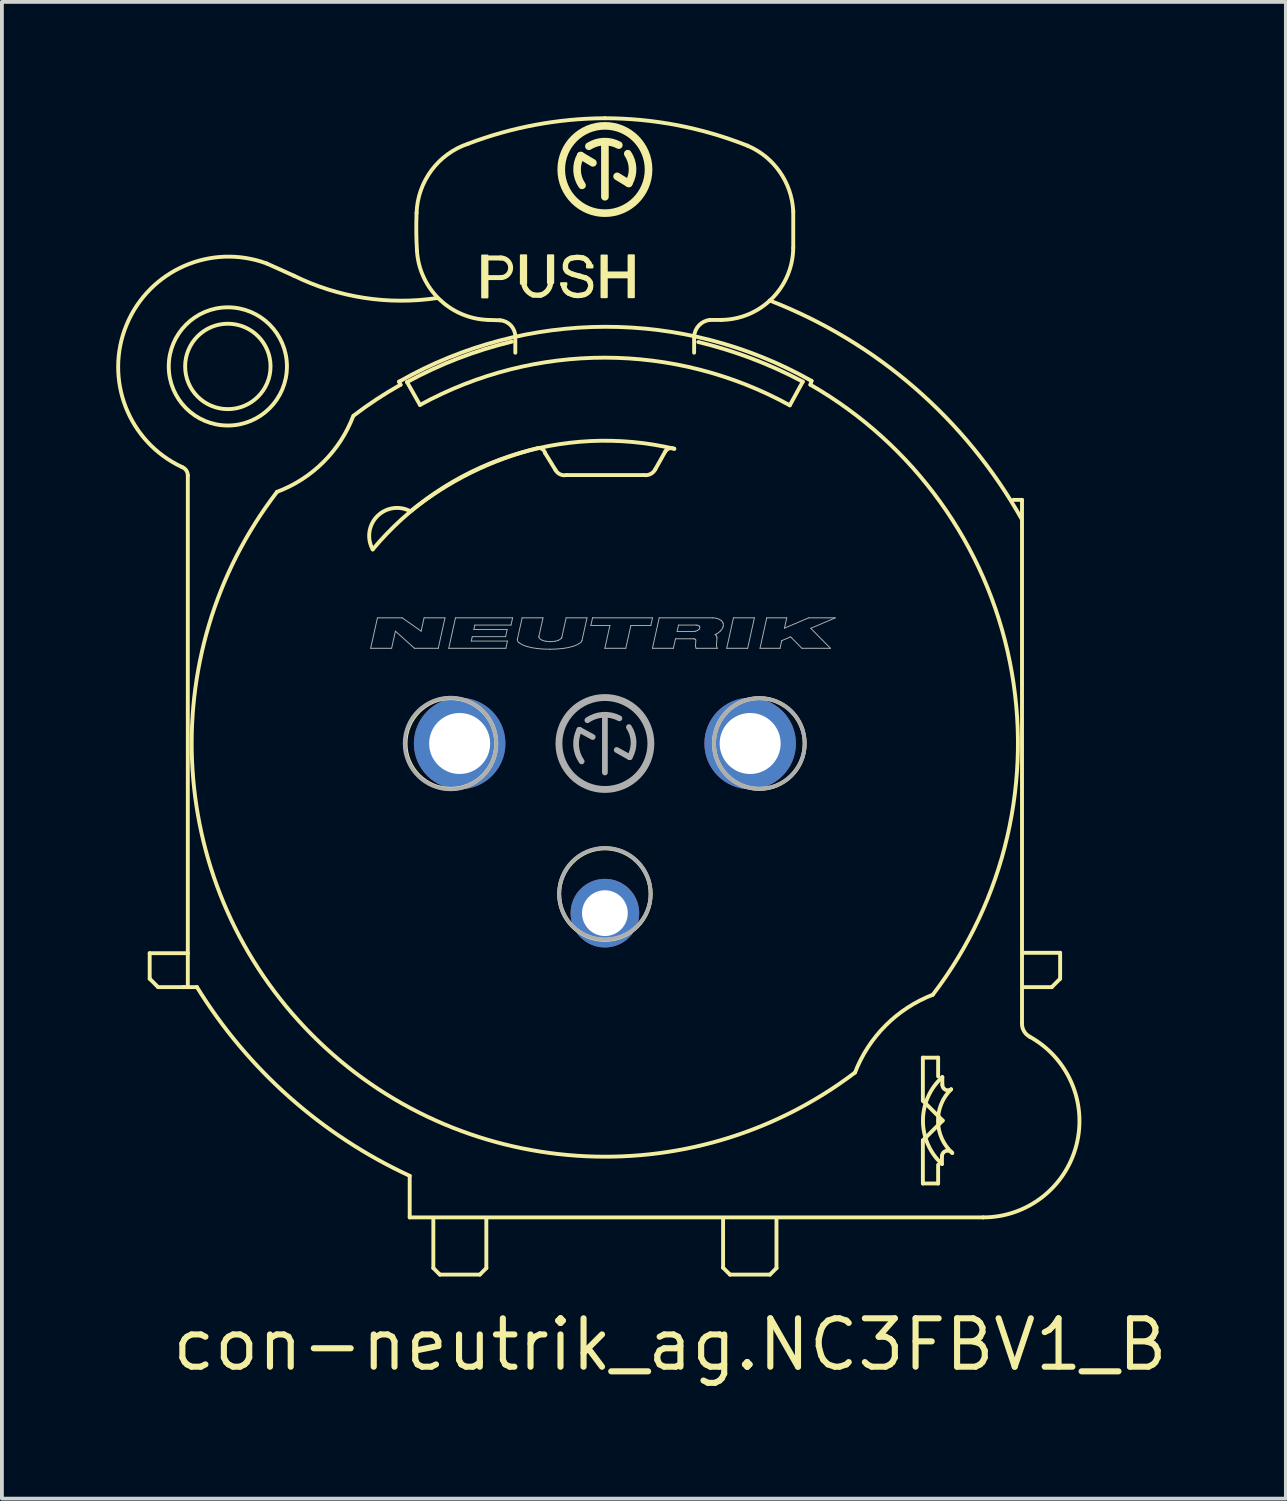
<source format=kicad_pcb>
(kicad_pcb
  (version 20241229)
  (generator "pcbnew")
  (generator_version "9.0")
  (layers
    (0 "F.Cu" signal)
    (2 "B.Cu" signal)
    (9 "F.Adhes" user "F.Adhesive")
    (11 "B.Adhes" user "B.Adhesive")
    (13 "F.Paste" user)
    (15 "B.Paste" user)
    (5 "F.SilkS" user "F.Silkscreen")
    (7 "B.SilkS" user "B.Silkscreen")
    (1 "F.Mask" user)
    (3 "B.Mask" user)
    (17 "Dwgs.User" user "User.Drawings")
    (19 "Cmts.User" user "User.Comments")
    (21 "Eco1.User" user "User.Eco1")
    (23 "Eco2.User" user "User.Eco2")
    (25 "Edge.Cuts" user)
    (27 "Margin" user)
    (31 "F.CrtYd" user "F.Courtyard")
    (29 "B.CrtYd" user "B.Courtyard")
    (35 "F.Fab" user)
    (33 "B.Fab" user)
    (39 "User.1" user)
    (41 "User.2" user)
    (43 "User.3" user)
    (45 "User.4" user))
  (footprint "con-neutrik_ag.NC3FBV1_B"
    (layer "F.Cu")
    (at 12.816 16.451)
    (property "Reference" "con-neutrik_ag.NC3FBV1_B" (at -11.43 16.51 0) (layer "F.SilkS") (effects (font (size 1.27 1.27) (thickness 0.16)) (justify left bottom)))
    (attr through_hole)
    (fp_line (start -11.94 5.5) (end -10.94 5.5) (stroke (width 0.102) (type default)) (layer "F.SilkS"))
    (fp_line (start -11.94 6.17) (end -11.94 5.5) (stroke (width 0.102) (type default)) (layer "F.SilkS"))
    (fp_line (start -11.72 6.39) (end -11.94 6.17) (stroke (width 0.102) (type default)) (layer "F.SilkS"))
    (fp_line (start -11.05 6.39) (end -11.72 6.39) (stroke (width 0.102) (type default)) (layer "F.SilkS"))
    (fp_line (start -11.05 6.39) (end -10.7 6.39) (stroke (width 0.102) (type default)) (layer "F.SilkS"))
    (fp_line (start -11.04 6.39) (end -11.05 6.39) (stroke (width 0.102) (type default)) (layer "F.SilkS"))
    (fp_line (start -10.94 5.5) (end -10.94 -7.03) (stroke (width 0.102) (type default)) (layer "F.SilkS"))
    (fp_line (start -10.94 6.35) (end -10.94 5.52) (stroke (width 0.102) (type default)) (layer "F.SilkS"))
    (fp_line (start -5.4 -9.49) (end -5.36 -9.41) (stroke (width 0.102) (type default)) (layer "F.SilkS"))
    (fp_line (start -5.19 -9.48) (end -4.85 -8.88) (stroke (width 0.102) (type default)) (layer "F.SilkS"))
    (fp_line (start -5.12 11.34) (end -5.12 12.43) (stroke (width 0.102) (type default)) (layer "F.SilkS"))
    (fp_line (start -5.12 12.43) (end 9.92 12.43) (stroke (width 0.102) (type default)) (layer "F.SilkS"))
    (fp_line (start -4.5 12.49) (end -4.5 13.76) (stroke (width 0.102) (type default)) (layer "F.SilkS"))
    (fp_line (start -4.5 13.76) (end -4.33 13.93) (stroke (width 0.102) (type default)) (layer "F.SilkS"))
    (fp_line (start -4.33 13.93) (end -3.28 13.93) (stroke (width 0.102) (type default)) (layer "F.SilkS"))
    (fp_line (start -3.28 13.93) (end -3.11 13.76) (stroke (width 0.102) (type default)) (layer "F.SilkS"))
    (fp_line (start -3.13 -12.735) (end -2.73 -12.735) (stroke (width 0.13) (type default)) (layer "F.SilkS"))
    (fp_line (start -3.11 13.76) (end -3.11 12.47) (stroke (width 0.102) (type default)) (layer "F.SilkS"))
    (fp_line (start -2.75 -11.1) (end -3.06 -11.11) (stroke (width 0.102) (type default)) (layer "F.SilkS"))
    (fp_line (start -2.72 -12.22) (end -3.11 -12.22) (stroke (width 0.13) (type default)) (layer "F.SilkS"))
    (fp_line (start -2.35 -10.25) (end -2.35 -10.67) (stroke (width 0.102) (type default)) (layer "F.SilkS"))
    (fp_line (start -1.3 -7.18) (end -1.57 -7.62) (stroke (width 0.102) (type default)) (layer "F.SilkS"))
    (fp_line (start -1.08 -12.01) (end -1.075 -11.985) (stroke (width 0.14) (type default)) (layer "F.SilkS"))
    (fp_line (start -0.315 -15.23) (end -0.635 -15.42) (stroke (width 0.2) (type default)) (layer "F.SilkS"))
    (fp_line (start 0 -14.34) (end 0 -15.73) (stroke (width 0.2) (type default)) (layer "F.SilkS"))
    (fp_line (start 0.32 -14.875) (end 0.625 -14.69) (stroke (width 0.2) (type default)) (layer "F.SilkS"))
    (fp_line (start 1.03 -7.04) (end -1.01 -7.04) (stroke (width 0.102) (type default)) (layer "F.SilkS"))
    (fp_line (start 1.59 -7.67) (end 1.32 -7.19) (stroke (width 0.102) (type default)) (layer "F.SilkS"))
    (fp_line (start 3.1 12.49) (end 3.1 13.75) (stroke (width 0.102) (type default)) (layer "F.SilkS"))
    (fp_line (start 3.1 13.75) (end 3.28 13.93) (stroke (width 0.102) (type default)) (layer "F.SilkS"))
    (fp_line (start 3.28 13.93) (end 4.33 13.93) (stroke (width 0.102) (type default)) (layer "F.SilkS"))
    (fp_line (start 4.33 13.93) (end 4.5 13.76) (stroke (width 0.102) (type default)) (layer "F.SilkS"))
    (fp_line (start 4.5 13.76) (end 4.5 12.48) (stroke (width 0.102) (type default)) (layer "F.SilkS"))
    (fp_line (start 4.85 -8.87) (end 5.19 -9.49) (stroke (width 0.102) (type default)) (layer "F.SilkS"))
    (fp_line (start 4.94 -13.96) (end 4.94 -13) (stroke (width 0.102) (type default)) (layer "F.SilkS"))
    (fp_line (start 5.39 -9.41) (end 5.42 -9.51) (stroke (width 0.102) (type default)) (layer "F.SilkS"))
    (fp_line (start 8.34 8.24) (end 8.34 9.37) (stroke (width 0.102) (type default)) (layer "F.SilkS"))
    (fp_line (start 8.34 8.24) (end 8.74 8.24) (stroke (width 0.102) (type default)) (layer "F.SilkS"))
    (fp_line (start 8.34 9.37) (end 8.86 9.89) (stroke (width 0.102) (type default)) (layer "F.SilkS"))
    (fp_line (start 8.34 10.41) (end 8.34 11.54) (stroke (width 0.102) (type default)) (layer "F.SilkS"))
    (fp_line (start 8.34 11.54) (end 8.74 11.54) (stroke (width 0.102) (type default)) (layer "F.SilkS"))
    (fp_line (start 8.74 8.24) (end 8.74 8.73) (stroke (width 0.102) (type default)) (layer "F.SilkS"))
    (fp_line (start 8.74 11.54) (end 8.74 11.05) (stroke (width 0.102) (type default)) (layer "F.SilkS"))
    (fp_line (start 8.84 11.03) (end 8.84 10.82) (stroke (width 0.102) (type default)) (layer "F.SilkS"))
    (fp_line (start 8.85 8.75) (end 8.85 8.95) (stroke (width 0.102) (type default)) (layer "F.SilkS"))
    (fp_line (start 8.86 9.89) (end 8.34 10.41) (stroke (width 0.102) (type default)) (layer "F.SilkS"))
    (fp_line (start 10.94 -6.39) (end 10.71 -6.39) (stroke (width 0.102) (type default)) (layer "F.SilkS"))
    (fp_line (start 10.94 7.33) (end 10.94 -6.39) (stroke (width 0.102) (type default)) (layer "F.SilkS"))
    (fp_line (start 10.99 6.39) (end 11.72 6.39) (stroke (width 0.102) (type default)) (layer "F.SilkS"))
    (fp_line (start 11.72 6.39) (end 11.94 6.17) (stroke (width 0.102) (type default)) (layer "F.SilkS"))
    (fp_line (start 11.94 5.49) (end 10.99 5.49) (stroke (width 0.102) (type default)) (layer "F.SilkS"))
    (fp_line (start 11.94 6.17) (end 11.94 5.49) (stroke (width 0.102) (type default)) (layer "F.SilkS"))
    (fp_rect (start -3.22 -11.7) (end -3.08 -12.8) (stroke (width 0.05) (type default)) (fill yes) (layer "F.SilkS"))
    (fp_rect (start -2.205 -12.06) (end -2.065 -12.805) (stroke (width 0.05) (type default)) (fill yes) (layer "F.SilkS"))
    (fp_rect (start -1.495 -12.08) (end -1.355 -12.805) (stroke (width 0.05) (type default)) (fill yes) (layer "F.SilkS"))
    (fp_rect (start -1.15 -12.025) (end -1.01 -12.075) (stroke (width 0.05) (type default)) (fill yes) (layer "F.SilkS"))
    (fp_rect (start -0.47 -12.485) (end -0.325 -12.545) (stroke (width 0.05) (type default)) (fill yes) (layer "F.SilkS"))
    (fp_rect (start -0.09 -11.705) (end 0.05 -12.8) (stroke (width 0.05) (type default)) (fill yes) (layer "F.SilkS"))
    (fp_rect (start 0.035 -12.225) (end 0.64 -12.355) (stroke (width 0.05) (type default)) (fill yes) (layer "F.SilkS"))
    (fp_rect (start 0.62 -11.705) (end 0.76 -12.805) (stroke (width 0.05) (type default)) (fill yes) (layer "F.SilkS"))
    (fp_arc (start -11.09 -7.25) (mid -10.981062 -7.163139) (end -10.94 -7.03) (stroke (width 0.1016) (type default)) (layer "F.SilkS"))
    (fp_arc (start -11.09 -7.25) (mid -12.543512 -10.98573) (end -8.87 -12.59) (stroke (width 0.1016) (type default)) (layer "F.SilkS"))
    (fp_arc (start -8.87 -12.59) (mid -8.514255 -12.431652) (end -8.16 -12.27) (stroke (width 0.1016) (type default)) (layer "F.SilkS"))
    (fp_arc (start -6.6 -8.59) (mid -7.385865 -7.379789) (end -8.6 -6.6) (stroke (width 0.1016) (type default)) (layer "F.SilkS"))
    (fp_arc (start -6.59 -8.6) (mid -5.989419 -9.026896) (end -5.36 -9.41) (stroke (width 0.1016) (type default)) (layer "F.SilkS"))
    (fp_arc (start -6.09 -5.09) (mid -5.970889 -5.96213) (end -5.1 -6.09) (stroke (width 0.1016) (type default)) (layer "F.SilkS"))
    (fp_arc (start -6.09 -5.09) (mid -2.509717 -7.53273) (end 1.82 -7.73) (stroke (width 0.1016) (type default)) (layer "F.SilkS"))
    (fp_arc (start -5.4 -9.49) (mid 0.007357 -10.929608) (end 5.42 -9.51) (stroke (width 0.1016) (type default)) (layer "F.SilkS"))
    (fp_arc (start -5.19 -9.48) (mid -3.849732 -10.100106) (end -2.44 -10.54) (stroke (width 0.1016) (type default)) (layer "F.SilkS"))
    (fp_arc (start -5.12 11.34) (mid -8.274835 9.276268) (end -10.7 6.39) (stroke (width 0.1016) (type default)) (layer "F.SilkS"))
    (fp_arc (start -5.1 -6.09) (mid -3.515654 -7.102947) (end -1.75 -7.75) (stroke (width 0.1016) (type default)) (layer "F.SilkS"))
    (fp_arc (start -4.94 -13.91) (mid -4.55018 -15.031535) (end -3.59 -15.73) (stroke (width 0.1016) (type default)) (layer "F.SilkS"))
    (fp_arc (start -4.93 -12.93) (mid -4.946992 -13.419878) (end -4.94 -13.91) (stroke (width 0.1016) (type default)) (layer "F.SilkS"))
    (fp_arc (start -4.85 -8.88) (mid 0.001283 -10.119665) (end 4.85 -8.87) (stroke (width 0.1016) (type default)) (layer "F.SilkS"))
    (fp_arc (start -4.3995 -11.6841) (mid -6.324542 -11.689558) (end -8.16 -12.27) (stroke (width 0.1016) (type default)) (layer "F.SilkS"))
    (fp_arc (start -3.59 -15.73) (mid -1.825069 -16.226116) (end 0 -16.4) (stroke (width 0.1016) (type default)) (layer "F.SilkS"))
    (fp_arc (start -3.06 -11.11) (mid -4.347878 -11.657427) (end -4.93 -12.93) (stroke (width 0.1016) (type default)) (layer "F.SilkS"))
    (fp_arc (start -2.75 -11.1) (mid -2.465454 -10.963647) (end -2.35 -10.67) (stroke (width 0.1016) (type default)) (layer "F.SilkS"))
    (fp_arc (start -2.73 -12.735) (mid -2.472451 -12.482404) (end -2.72 -12.22) (stroke (width 0.13) (type default)) (layer "F.SilkS"))
    (fp_arc (start -1.88 -11.765) (mid -2.064528 -11.907658) (end -2.135 -12.13) (stroke (width 0.14) (type default)) (layer "F.SilkS"))
    (fp_arc (start -1.74 -7.75) (mid -1.632341 -7.714631) (end -1.57 -7.62) (stroke (width 0.1016) (type default)) (layer "F.SilkS"))
    (fp_arc (start -1.69 -11.76) (mid -1.785118 -11.758012) (end -1.88 -11.765) (stroke (width 0.14) (type default)) (layer "F.SilkS"))
    (fp_arc (start -1.425 -12.13) (mid -1.491164 -11.897489) (end -1.69 -11.76) (stroke (width 0.14) (type default)) (layer "F.SilkS"))
    (fp_arc (start -1.035 -12.545) (mid -1.023242 -12.602997) (end -0.995 -12.655) (stroke (width 0.14) (type default)) (layer "F.SilkS"))
    (fp_arc (start -1.035 -12.475) (mid -1.035897 -12.51) (end -1.035 -12.545) (stroke (width 0.14) (type default)) (layer "F.SilkS"))
    (fp_arc (start -1.01 -7.04) (mid -1.178221 -7.061899) (end -1.3 -7.18) (stroke (width 0.1016) (type default)) (layer "F.SilkS"))
    (fp_arc (start -0.995 -12.655) (mid -0.944061 -12.70256) (end -0.88 -12.73) (stroke (width 0.14) (type default)) (layer "F.SilkS"))
    (fp_arc (start -0.98 -12.375) (mid -1.018985 -12.418684) (end -1.035 -12.475) (stroke (width 0.14) (type default)) (layer "F.SilkS"))
    (fp_arc (start -0.945 -11.81) (mid -1.029639 -11.882911) (end -1.075 -11.985) (stroke (width 0.14) (type default)) (layer "F.SilkS"))
    (fp_arc (start -0.88 -12.73) (mid -0.805495 -12.743715) (end -0.73 -12.75) (stroke (width 0.14) (type default)) (layer "F.SilkS"))
    (fp_arc (start -0.835 -12.305) (mid -0.910421 -12.33395) (end -0.98 -12.375) (stroke (width 0.14) (type default)) (layer "F.SilkS"))
    (fp_arc (start -0.785 -11.755) (mid -0.867193 -11.776119) (end -0.945 -11.81) (stroke (width 0.14) (type default)) (layer "F.SilkS"))
    (fp_arc (start -0.73 -12.75) (mid -0.654498 -12.747518) (end -0.58 -12.735) (stroke (width 0.14) (type default)) (layer "F.SilkS"))
    (fp_arc (start -0.67 -12.26) (mid -0.752692 -12.281798) (end -0.835 -12.305) (stroke (width 0.14) (type default)) (layer "F.SilkS"))
    (fp_arc (start -0.67 -12.26) (mid -0.592125 -12.238792) (end -0.515 -12.215) (stroke (width 0.14) (type default)) (layer "F.SilkS"))
    (fp_arc (start -0.635 -11.755) (mid -0.71 -11.748536) (end -0.785 -11.755) (stroke (width 0.14) (type default)) (layer "F.SilkS"))
    (fp_arc (start -0.6 -14.64) (mid -0.729533 -15.024973) (end -0.635 -15.42) (stroke (width 0.2) (type default)) (layer "F.SilkS"))
    (fp_arc (start -0.58 -12.735) (mid -0.525361 -12.712732) (end -0.48 -12.675) (stroke (width 0.14) (type default)) (layer "F.SilkS"))
    (fp_arc (start -0.545 -11.775) (mid -0.589766 -11.763948) (end -0.635 -11.755) (stroke (width 0.14) (type default)) (layer "F.SilkS"))
    (fp_arc (start -0.515 -12.215) (mid -0.439987 -12.171101) (end -0.39 -12.1) (stroke (width 0.14) (type default)) (layer "F.SilkS"))
    (fp_arc (start -0.48 -12.675) (mid -0.448393 -12.636205) (end -0.42 -12.595) (stroke (width 0.14) (type default)) (layer "F.SilkS"))
    (fp_arc (start -0.42 -15.665) (mid -0.031558 -15.786174) (end 0.365 -15.695) (stroke (width 0.2) (type default)) (layer "F.SilkS"))
    (fp_arc (start -0.42 -12.595) (mid -0.409614 -12.577721) (end -0.4 -12.56) (stroke (width 0.14) (type default)) (layer "F.SilkS"))
    (fp_arc (start -0.42 -11.865) (mid -0.474346 -11.808675) (end -0.545 -11.775) (stroke (width 0.14) (type default)) (layer "F.SilkS"))
    (fp_arc (start -0.39 -12.1) (mid -0.372108 -12.017966) (end -0.385 -11.935) (stroke (width 0.14) (type default)) (layer "F.SilkS"))
    (fp_arc (start -0.385 -11.935) (mid -0.40031 -11.898905) (end -0.42 -11.865) (stroke (width 0.14) (type default)) (layer "F.SilkS"))
    (fp_arc (start 0 -16.4) (mid 1.903896 -16.21607) (end 3.74 -15.68) (stroke (width 0.1016) (type default)) (layer "F.SilkS"))
    (fp_arc (start 0.6 -15.47) (mid 0.725239 -15.083613) (end 0.625 -14.69) (stroke (width 0.2) (type default)) (layer "F.SilkS"))
    (fp_arc (start 1.32 -7.19) (mid 1.198655 -7.069267) (end 1.03 -7.04) (stroke (width 0.1016) (type default)) (layer "F.SilkS"))
    (fp_arc (start 1.59 -7.67) (mid 1.694294 -7.741041) (end 1.82 -7.73) (stroke (width 0.1016) (type default)) (layer "F.SilkS"))
    (fp_arc (start 2.34 -10.68) (mid 2.341373 -10.465) (end 2.34 -10.25) (stroke (width 0.1016) (type default)) (layer "F.SilkS"))
    (fp_arc (start 2.34 -10.68) (mid 2.468258 -10.968173) (end 2.75 -11.11) (stroke (width 0.1016) (type default)) (layer "F.SilkS"))
    (fp_arc (start 2.45 -10.53) (mid 3.852843 -10.096528) (end 5.19 -9.49) (stroke (width 0.1016) (type default)) (layer "F.SilkS"))
    (fp_arc (start 2.75 -11.11) (mid 2.9 -11.110782) (end 3.05 -11.11) (stroke (width 0.1016) (type default)) (layer "F.SilkS"))
    (fp_arc (start 3.74 -15.68) (mid 4.587041 -14.992354) (end 4.94 -13.96) (stroke (width 0.1016) (type default)) (layer "F.SilkS"))
    (fp_arc (start 4.3216 -11.6192) (mid 8.124325 -9.329629) (end 10.93 -5.89) (stroke (width 0.1016) (type default)) (layer "F.SilkS"))
    (fp_arc (start 4.94 -13) (mid 4.380591 -11.669409) (end 3.05 -11.11) (stroke (width 0.1016) (type default)) (layer "F.SilkS"))
    (fp_arc (start 5.39 -9.41) (mid 10.621563 -2.137579) (end 8.6 6.59) (stroke (width 0.1016) (type default)) (layer "F.SilkS"))
    (fp_arc (start 6.56 8.63) (mid -7.680581 7.644968) (end -8.6 -6.6) (stroke (width 0.1016) (type default)) (layer "F.SilkS"))
    (fp_arc (start 6.56 8.63) (mid 7.3644 7.3944) (end 8.6 6.59) (stroke (width 0.1016) (type default)) (layer "F.SilkS"))
    (fp_arc (start 8.84 10.81) (mid 8.951547 10.684537) (end 9.11 10.74) (stroke (width 0.1016) (type default)) (layer "F.SilkS"))
    (fp_arc (start 8.84 11.03) (mid 8.341886 9.887793) (end 8.85 8.75) (stroke (width 0.1016) (type default)) (layer "F.SilkS"))
    (fp_arc (start 9.08 9.07) (mid 8.928573 9.079819) (end 8.85 8.95) (stroke (width 0.1016) (type default)) (layer "F.SilkS"))
    (fp_arc (start 9.11 10.74) (mid 8.736883 9.911433) (end 9.08 9.07) (stroke (width 0.1016) (type default)) (layer "F.SilkS"))
    (fp_arc (start 11.14 7.69) (mid 12.367243 10.532877) (end 9.92 12.43) (stroke (width 0.1016) (type default)) (layer "F.SilkS"))
    (fp_arc (start 11.14 7.69) (mid 10.988255 7.538747) (end 10.94 7.33) (stroke (width 0.1016) (type default)) (layer "F.SilkS"))
    (fp_circle (center -9.89 -9.89) (end -8.77 -9.89) (stroke (width 0.102) (type default)) (fill no) (layer "F.SilkS"))
    (fp_circle (center -9.89 -9.89) (end -8.34 -9.89) (stroke (width 0.102) (type default)) (fill no) (layer "F.SilkS"))
    (fp_circle (center -4.04 0) (end -2.85 0) (stroke (width 0.102) (type default)) (fill no) (layer "F.SilkS"))
    (fp_circle (center 0 -15.055) (end 1.145 -15.055) (stroke (width 0.2) (type default)) (fill no) (layer "F.SilkS"))
    (fp_circle (center 0 3.95) (end 1.2 3.95) (stroke (width 0.102) (type default)) (fill no) (layer "F.SilkS"))
    (fp_circle (center 4.05 0) (end 5.24 0) (stroke (width 0.102) (type default)) (fill no) (layer "F.SilkS"))
    (fp_line (start -6.144 -2.497) (end -5.966 -3.296) (stroke (width 0.025) (type default)) (layer "F.Fab"))
    (fp_line (start -6.144 -2.497) (end -5.594 -2.497) (stroke (width 0.025) (type default)) (layer "F.Fab"))
    (fp_line (start -5.966 -3.296) (end -5.317 -3.296) (stroke (width 0.025) (type default)) (layer "F.Fab"))
    (fp_line (start -5.594 -2.497) (end -5.495 -2.946) (stroke (width 0.025) (type default)) (layer "F.Fab"))
    (fp_line (start -5.495 -2.946) (end -4.995 -2.497) (stroke (width 0.025) (type default)) (layer "F.Fab"))
    (fp_line (start -5.317 -3.296) (end -4.82 -2.946) (stroke (width 0.025) (type default)) (layer "F.Fab"))
    (fp_line (start -4.995 -2.497) (end -4.371 -2.497) (stroke (width 0.025) (type default)) (layer "F.Fab"))
    (fp_line (start -4.82 -2.946) (end -4.743 -3.296) (stroke (width 0.025) (type default)) (layer "F.Fab"))
    (fp_line (start -4.743 -3.296) (end -4.194 -3.296) (stroke (width 0.025) (type default)) (layer "F.Fab"))
    (fp_line (start -4.371 -2.497) (end -4.194 -3.296) (stroke (width 0.025) (type default)) (layer "F.Fab"))
    (fp_line (start -4.096 -2.497) (end -3.919 -3.296) (stroke (width 0.025) (type default)) (layer "F.Fab"))
    (fp_line (start -4.096 -2.497) (end -2.598 -2.497) (stroke (width 0.025) (type default)) (layer "F.Fab"))
    (fp_line (start -3.919 -3.296) (end -2.421 -3.296) (stroke (width 0.025) (type default)) (layer "F.Fab"))
    (fp_line (start -3.505 -2.687) (end -3.479 -2.802) (stroke (width 0.025) (type default)) (layer "F.Fab"))
    (fp_line (start -3.505 -2.687) (end -2.556 -2.687) (stroke (width 0.025) (type default)) (layer "F.Fab"))
    (fp_line (start -3.479 -2.802) (end -2.605 -2.802) (stroke (width 0.025) (type default)) (layer "F.Fab"))
    (fp_line (start -3.437 -2.991) (end -3.412 -3.106) (stroke (width 0.025) (type default)) (layer "F.Fab"))
    (fp_line (start -3.437 -2.991) (end -2.563 -2.991) (stroke (width 0.025) (type default)) (layer "F.Fab"))
    (fp_line (start -3.412 -3.106) (end -2.463 -3.106) (stroke (width 0.025) (type default)) (layer "F.Fab"))
    (fp_line (start -2.605 -2.802) (end -2.563 -2.991) (stroke (width 0.025) (type default)) (layer "F.Fab"))
    (fp_line (start -2.598 -2.497) (end -2.556 -2.687) (stroke (width 0.025) (type default)) (layer "F.Fab"))
    (fp_line (start -2.463 -3.106) (end -2.421 -3.296) (stroke (width 0.025) (type default)) (layer "F.Fab"))
    (fp_line (start -2.294 -2.741) (end -2.171 -3.296) (stroke (width 0.025) (type default)) (layer "F.Fab"))
    (fp_line (start -2.171 -3.296) (end -1.623 -3.296) (stroke (width 0.025) (type default)) (layer "F.Fab"))
    (fp_line (start -1.731 -2.81) (end -1.623 -3.296) (stroke (width 0.025) (type default)) (layer "F.Fab"))
    (fp_line (start -1.13 -2.784) (end -1.017 -3.296) (stroke (width 0.025) (type default)) (layer "F.Fab"))
    (fp_line (start -1.017 -3.296) (end -0.469 -3.296) (stroke (width 0.025) (type default)) (layer "F.Fab"))
    (fp_line (start -0.67 -0.36) (end -0.32 -0.17) (stroke (width 0.15) (type default)) (layer "F.Fab"))
    (fp_line (start -0.601 -2.702) (end -0.469 -3.296) (stroke (width 0.025) (type default)) (layer "F.Fab"))
    (fp_line (start -0.368 -3.096) (end -0.324 -3.296) (stroke (width 0.025) (type default)) (layer "F.Fab"))
    (fp_line (start -0.368 -3.096) (end 0.131 -3.096) (stroke (width 0.025) (type default)) (layer "F.Fab"))
    (fp_line (start -0.324 -3.296) (end 1.249 -3.296) (stroke (width 0.025) (type default)) (layer "F.Fab"))
    (fp_line (start -0.001 -2.497) (end 0.131 -3.096) (stroke (width 0.025) (type default)) (layer "F.Fab"))
    (fp_line (start -0.001 -2.497) (end 0.548 -2.497) (stroke (width 0.025) (type default)) (layer "F.Fab"))
    (fp_line (start 0 0.76) (end 0 -0.74) (stroke (width 0.15) (type default)) (layer "F.Fab"))
    (fp_line (start 0.31 0.17) (end 0.65 0.36) (stroke (width 0.15) (type default)) (layer "F.Fab"))
    (fp_line (start 0.548 -2.497) (end 0.681 -3.096) (stroke (width 0.025) (type default)) (layer "F.Fab"))
    (fp_line (start 0.681 -3.096) (end 1.205 -3.096) (stroke (width 0.025) (type default)) (layer "F.Fab"))
    (fp_line (start 1.205 -3.096) (end 1.249 -3.296) (stroke (width 0.025) (type default)) (layer "F.Fab"))
    (fp_line (start 1.247 -2.497) (end 1.424 -3.296) (stroke (width 0.025) (type default)) (layer "F.Fab"))
    (fp_line (start 1.247 -2.497) (end 1.796 -2.497) (stroke (width 0.025) (type default)) (layer "F.Fab"))
    (fp_line (start 1.424 -3.296) (end 2.826 -3.296) (stroke (width 0.025) (type default)) (layer "F.Fab"))
    (fp_line (start 1.796 -2.497) (end 1.852 -2.747) (stroke (width 0.025) (type default)) (layer "F.Fab"))
    (fp_line (start 1.852 -2.747) (end 2.328 -2.747) (stroke (width 0.025) (type default)) (layer "F.Fab"))
    (fp_line (start 1.894 -2.936) (end 1.931 -3.106) (stroke (width 0.025) (type default)) (layer "F.Fab"))
    (fp_line (start 1.894 -2.936) (end 2.321 -2.936) (stroke (width 0.025) (type default)) (layer "F.Fab"))
    (fp_line (start 1.931 -3.106) (end 2.394 -3.106) (stroke (width 0.025) (type default)) (layer "F.Fab"))
    (fp_line (start 2.375 -2.561) (end 2.385 -2.707) (stroke (width 0.025) (type default)) (layer "F.Fab"))
    (fp_line (start 2.394 -2.497) (end 2.394 -2.497) (stroke (width 0.025) (type default)) (layer "F.Fab"))
    (fp_line (start 2.394 -2.497) (end 2.95 -2.497) (stroke (width 0.025) (type default)) (layer "F.Fab"))
    (fp_line (start 2.926 -2.581) (end 2.939 -2.767) (stroke (width 0.025) (type default)) (layer "F.Fab"))
    (fp_line (start 3.195 -2.497) (end 3.372 -3.296) (stroke (width 0.025) (type default)) (layer "F.Fab"))
    (fp_line (start 3.195 -2.497) (end 3.744 -2.497) (stroke (width 0.025) (type default)) (layer "F.Fab"))
    (fp_line (start 3.372 -3.296) (end 3.921 -3.296) (stroke (width 0.025) (type default)) (layer "F.Fab"))
    (fp_line (start 3.744 -2.497) (end 3.921 -3.296) (stroke (width 0.025) (type default)) (layer "F.Fab"))
    (fp_line (start 4.068 -2.497) (end 4.245 -3.296) (stroke (width 0.025) (type default)) (layer "F.Fab"))
    (fp_line (start 4.068 -2.497) (end 4.593 -2.497) (stroke (width 0.025) (type default)) (layer "F.Fab"))
    (fp_line (start 4.245 -3.296) (end 4.77 -3.296) (stroke (width 0.025) (type default)) (layer "F.Fab"))
    (fp_line (start 4.593 -2.497) (end 4.637 -2.697) (stroke (width 0.025) (type default)) (layer "F.Fab"))
    (fp_line (start 4.637 -2.697) (end 4.871 -2.797) (stroke (width 0.025) (type default)) (layer "F.Fab"))
    (fp_line (start 4.71 -3.026) (end 4.77 -3.296) (stroke (width 0.025) (type default)) (layer "F.Fab"))
    (fp_line (start 4.71 -3.026) (end 5.344 -3.296) (stroke (width 0.025) (type default)) (layer "F.Fab"))
    (fp_line (start 4.871 -2.797) (end 5.167 -2.497) (stroke (width 0.025) (type default)) (layer "F.Fab"))
    (fp_line (start 5.167 -2.497) (end 5.916 -2.497) (stroke (width 0.025) (type default)) (layer "F.Fab"))
    (fp_line (start 5.344 -3.296) (end 6.043 -3.296) (stroke (width 0.025) (type default)) (layer "F.Fab"))
    (fp_line (start 5.399 -3.021) (end 5.916 -2.497) (stroke (width 0.025) (type default)) (layer "F.Fab"))
    (fp_line (start 5.399 -3.021) (end 6.043 -3.296) (stroke (width 0.025) (type default)) (layer "F.Fab"))
    (fp_arc (start -2.2964 -2.7217) (mid -2.295867 -2.731456) (end -2.2943 -2.7411) (stroke (width 0.0254) (type default)) (layer "F.Fab"))
    (fp_arc (start -2.2578 -2.6471) (mid -2.286121 -2.679718) (end -2.2963 -2.7217) (stroke (width 0.0254) (type default)) (layer "F.Fab"))
    (fp_arc (start -2.0477 -2.5452) (mid -2.156985 -2.587418) (end -2.2578 -2.6471) (stroke (width 0.0254) (type default)) (layer "F.Fab"))
    (fp_arc (start -1.796 -2.4932) (mid -1.922923 -2.514007) (end -2.0477 -2.5452) (stroke (width 0.0254) (type default)) (layer "F.Fab"))
    (fp_arc (start -1.7326 -2.7966) (mid -1.732234 -2.803244) (end -1.7311 -2.8098) (stroke (width 0.0254) (type default)) (layer "F.Fab"))
    (fp_arc (start -1.7159 -2.7561) (mid -1.728335 -2.774676) (end -1.7327 -2.7966) (stroke (width 0.0254) (type default)) (layer "F.Fab"))
    (fp_arc (start -1.6443 -2.7083) (mid -1.682454 -2.728674) (end -1.7159 -2.7561) (stroke (width 0.0254) (type default)) (layer "F.Fab"))
    (fp_arc (start -1.5538 -2.6822) (mid -1.599779 -2.692723) (end -1.6443 -2.7083) (stroke (width 0.0254) (type default)) (layer "F.Fab"))
    (fp_arc (start -1.4474 -2.4721) (mid -1.62202 -2.477365) (end -1.796 -2.4932) (stroke (width 0.0254) (type default)) (layer "F.Fab"))
    (fp_arc (start -1.4308 -2.6718) (mid -1.492521 -2.674388) (end -1.5538 -2.6822) (stroke (width 0.0254) (type default)) (layer "F.Fab"))
    (fp_arc (start -1.3079 -2.6822) (mid -1.369129 -2.67439) (end -1.4308 -2.6718) (stroke (width 0.0254) (type default)) (layer "F.Fab"))
    (fp_arc (start -1.2174 -2.7083) (mid -1.261921 -2.692723) (end -1.3079 -2.6822) (stroke (width 0.0254) (type default)) (layer "F.Fab"))
    (fp_arc (start -1.1458 -2.7561) (mid -1.179246 -2.728674) (end -1.2174 -2.7083) (stroke (width 0.0254) (type default)) (layer "F.Fab"))
    (fp_arc (start -1.1304 -2.7839) (mid -1.136132 -2.76891) (end -1.1458 -2.7561) (stroke (width 0.0254) (type default)) (layer "F.Fab"))
    (fp_arc (start -1.0989 -2.4931) (mid -1.27283 -2.477266) (end -1.4474 -2.472) (stroke (width 0.0254) (type default)) (layer "F.Fab"))
    (fp_arc (start -0.8472 -2.5452) (mid -0.971977 -2.514007) (end -1.0989 -2.4932) (stroke (width 0.0254) (type default)) (layer "F.Fab"))
    (fp_arc (start -0.6371 -2.6471) (mid -0.737916 -2.587421) (end -0.8472 -2.5452) (stroke (width 0.0254) (type default)) (layer "F.Fab"))
    (fp_arc (start -0.61 0.47) (mid -0.754744 0.063295) (end -0.67 -0.36) (stroke (width 0.15) (type default)) (layer "F.Fab"))
    (fp_arc (start -0.6007 -2.7023) (mid -0.613738 -2.671296) (end -0.6371 -2.6471) (stroke (width 0.0254) (type default)) (layer "F.Fab"))
    (fp_arc (start -0.46 -0.61) (mid -0.047007 -0.752716) (end 0.38 -0.66) (stroke (width 0.15) (type default)) (layer "F.Fab"))
    (fp_arc (start 0.63 -0.43) (mid 0.752066 -0.037837) (end 0.65 0.36) (stroke (width 0.15) (type default)) (layer "F.Fab"))
    (fp_arc (start 2.3283 -2.7467) (mid 2.340566 -2.745829) (end 2.3526 -2.7433) (stroke (width 0.0254) (type default)) (layer "F.Fab"))
    (fp_arc (start 2.3526 -2.7432) (mid 2.364222 -2.738519) (end 2.3746 -2.7315) (stroke (width 0.0254) (type default)) (layer "F.Fab"))
    (fp_arc (start 2.3746 -2.7315) (mid 2.380482 -2.724772) (end 2.3841 -2.7166) (stroke (width 0.0254) (type default)) (layer "F.Fab"))
    (fp_arc (start 2.3785 -2.9442) (mid 2.349756 -2.938398) (end 2.3205 -2.9364) (stroke (width 0.0254) (type default)) (layer "F.Fab"))
    (fp_arc (start 2.3943 -2.497) (mid 2.380142 -2.527484) (end 2.375 -2.5607) (stroke (width 0.0254) (type default)) (layer "F.Fab"))
    (fp_arc (start 2.3944 -3.1062) (mid 2.414793 -3.104721) (end 2.4348 -3.1005) (stroke (width 0.0254) (type default)) (layer "F.Fab"))
    (fp_arc (start 2.4288 -2.9645) (mid 2.404262 -2.952875) (end 2.3785 -2.9443) (stroke (width 0.0254) (type default)) (layer "F.Fab"))
    (fp_arc (start 2.4348 -3.1005) (mid 2.454244 -3.09272) (end 2.4716 -3.081) (stroke (width 0.0254) (type default)) (layer "F.Fab"))
    (fp_arc (start 2.4641 -2.9914) (mid 2.447446 -2.976643) (end 2.4288 -2.9645) (stroke (width 0.0254) (type default)) (layer "F.Fab"))
    (fp_arc (start 2.4716 -3.081) (mid 2.481397 -3.069754) (end 2.4874 -3.0561) (stroke (width 0.0254) (type default)) (layer "F.Fab"))
    (fp_arc (start 2.4861 -3.0267) (mid 2.476985 -3.007875) (end 2.4641 -2.9914) (stroke (width 0.0254) (type default)) (layer "F.Fab"))
    (fp_arc (start 2.4874 -3.0561) (mid 2.488997 -3.041301) (end 2.4861 -3.0267) (stroke (width 0.0254) (type default)) (layer "F.Fab"))
    (fp_arc (start 2.8259 -3.296) (mid 2.886677 -3.291588) (end 2.9463 -3.279) (stroke (width 0.0254) (type default)) (layer "F.Fab"))
    (fp_arc (start 2.8917 -2.8549) (mid 2.899191 -2.849485) (end 2.9064 -2.8437) (stroke (width 0.0254) (type default)) (layer "F.Fab"))
    (fp_arc (start 2.9064 -2.8437) (mid 2.924646 -2.822802) (end 2.9358 -2.7974) (stroke (width 0.0254) (type default)) (layer "F.Fab"))
    (fp_arc (start 2.9282 -2.8737) (mid 2.910094 -2.86407) (end 2.8917 -2.855) (stroke (width 0.0254) (type default)) (layer "F.Fab"))
    (fp_arc (start 2.9358 -2.7974) (mid 2.93855 -2.782173) (end 2.9387 -2.7667) (stroke (width 0.0254) (type default)) (layer "F.Fab"))
    (fp_arc (start 2.9463 -3.279) (mid 3.004211 -3.255758) (end 3.0559 -3.2208) (stroke (width 0.0254) (type default)) (layer "F.Fab"))
    (fp_arc (start 2.9503 -2.497) (mid 2.930467 -2.536583) (end 2.9257 -2.5806) (stroke (width 0.0254) (type default)) (layer "F.Fab"))
    (fp_arc (start 3.0334 -2.9539) (mid 2.983769 -2.909906) (end 2.9282 -2.8737) (stroke (width 0.0254) (type default)) (layer "F.Fab"))
    (fp_arc (start 3.0559 -3.2208) (mid 3.085071 -3.187347) (end 3.1029 -3.1467) (stroke (width 0.0254) (type default)) (layer "F.Fab"))
    (fp_arc (start 3.0992 -3.0591) (mid 3.071923 -3.002983) (end 3.0334 -2.9539) (stroke (width 0.0254) (type default)) (layer "F.Fab"))
    (fp_arc (start 3.1029 -3.1467) (mid 3.107748 -3.102617) (end 3.0992 -3.0591) (stroke (width 0.0254) (type default)) (layer "F.Fab"))
    (fp_circle (center -4.05 0) (end -2.85 0) (stroke (width 0.102) (type default)) (fill no) (layer "F.Fab"))
    (fp_circle (center 0 0) (end 1.206 0) (stroke (width 0.18) (type default)) (fill no) (layer "F.Fab"))
    (fp_circle (center 0 3.94) (end 1.2 3.94) (stroke (width 0.102) (type default)) (fill no) (layer "F.Fab"))
    (fp_circle (center 4.05 0) (end 5.24 0) (stroke (width 0.102) (type default)) (fill no) (layer "F.Fab"))
    (pad "1+G" thru_hole circle (at 3.81 0) (size 2.4 2.4) (drill 1.6) (layers "*.Cu" "*.Mask"))
    (pad "2" thru_hole circle (at -3.81 0) (size 2.4 2.4) (drill 1.6) (layers "*.Cu" "*.Mask"))
    (pad "3" thru_hole circle (at 0 4.45) (size 1.8 1.8) (drill 1.2) (layers "*.Cu" "*.Mask")))
  (gr_rect
    (start -3 -3)
    (end 30.677 36.258)
    (stroke (width 0.1) (type default))
    (fill no)
    (layer "Edge.Cuts")))
</source>
